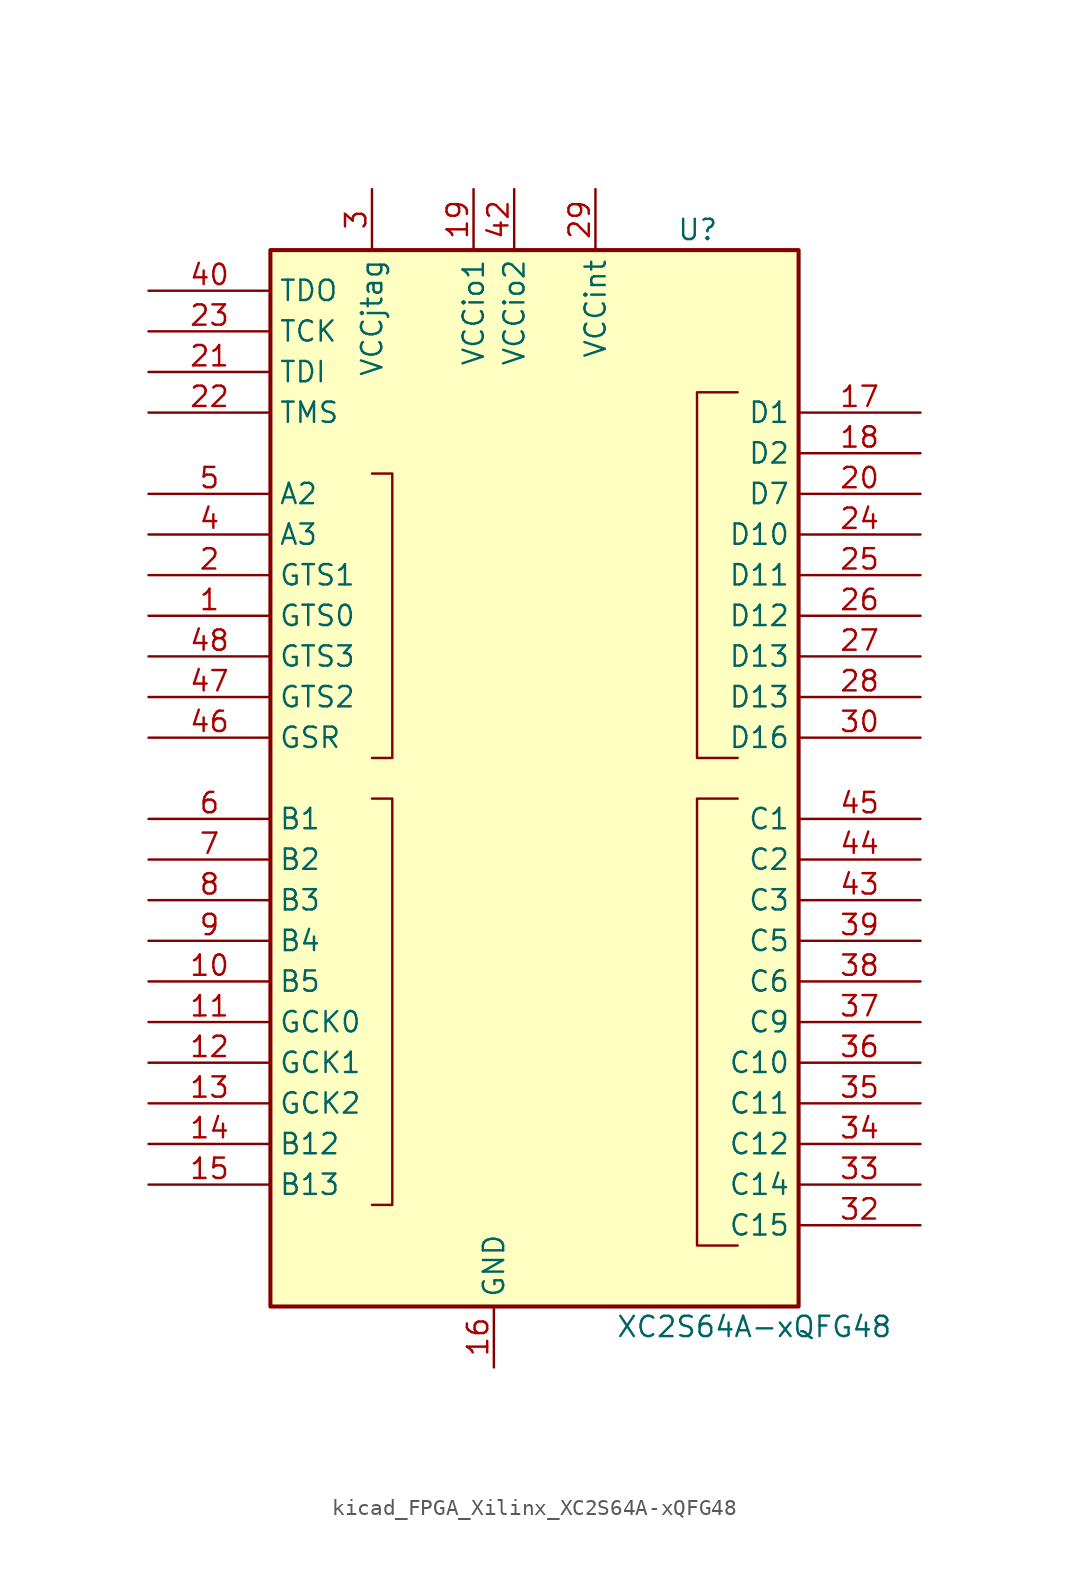
<source format=kicad_sym>
(kicad_symbol_lib
  (version 20220914)
  (generator kicad_symbol_editor)
  (symbol "kicad_FPGA_Xilinx_XC2S64A-xQFG48"
    (property "Reference" "U"
      (at 8.89 34.29 0)
      (effects (font (size 1.27 1.27)) (justify left)))
    (property "Value" "XC2S64A-xQFG48"
      (at 5.08 -34.29 0)
      (effects (font (size 1.27 1.27)) (justify left)))
    (symbol "kicad_FPGA_Xilinx_XC2S64A-xQFG48_0_1"
      (rectangle (start -16.51 33.02) (end 16.51 -33.02) (stroke (width 0.254) (type default)) (fill (type background)))
      (polyline (pts (xy -10.16 -1.27) (xy -8.89 -1.27) (xy -8.89 -26.67) (xy -10.16 -26.67) (xy -10.16 -26.67)) (stroke (width 0) (type default)) (fill (type none)))
      (polyline (pts (xy 12.7 -1.27) (xy 10.16 -1.27) (xy 10.16 -29.21) (xy 12.7 -29.21) (xy 12.7 -29.21)) (stroke (width 0) (type default)) (fill (type none)))
      (polyline (pts (xy 12.7 1.27) (xy 10.16 1.27) (xy 10.16 24.13) (xy 12.7 24.13) (xy 12.7 24.13)) (stroke (width 0) (type default)) (fill (type none)))
      (polyline (pts (xy -10.16 19.05) (xy -8.89 19.05) (xy -8.89 1.27) (xy -10.16 1.27) (xy -10.16 1.27) (xy -10.16 1.27)) (stroke (width 0) (type default)) (fill (type none))))
    (symbol "kicad_FPGA_Xilinx_XC2S64A-xQFG48_1_1"
      (pin bidirectional line (at -24.13 10.16 0) (length 7.62) (name "GTS0" (effects (font (size 1.27 1.27)))) (number "1" (effects (font (size 1.27 1.27)))))
      (pin bidirectional line (at -24.13 -12.7 0) (length 7.62) (name "B5" (effects (font (size 1.27 1.27)))) (number "10" (effects (font (size 1.27 1.27)))))
      (pin passive line (at -24.13 -15.24 0) (length 7.62) (name "GCK0" (effects (font (size 1.27 1.27)))) (number "11" (effects (font (size 1.27 1.27)))))
      (pin bidirectional line (at -24.13 -17.78 0) (length 7.62) (name "GCK1" (effects (font (size 1.27 1.27)))) (number "12" (effects (font (size 1.27 1.27)))))
      (pin bidirectional line (at -24.13 -20.32 0) (length 7.62) (name "GCK2" (effects (font (size 1.27 1.27)))) (number "13" (effects (font (size 1.27 1.27)))))
      (pin bidirectional line (at -24.13 -22.86 0) (length 7.62) (name "B12" (effects (font (size 1.27 1.27)))) (number "14" (effects (font (size 1.27 1.27)))))
      (pin bidirectional line (at -24.13 -25.4 0) (length 7.62) (name "B13" (effects (font (size 1.27 1.27)))) (number "15" (effects (font (size 1.27 1.27)))))
      (pin power_in line (at -2.54 -36.83 90) (length 3.81) (name "GND" (effects (font (size 1.27 1.27)))) (number "16" (effects (font (size 1.27 1.27)))))
      (pin bidirectional line (at 24.13 22.86 180) (length 7.62) (name "D1" (effects (font (size 1.27 1.27)))) (number "17" (effects (font (size 1.27 1.27)))))
      (pin bidirectional line (at 24.13 20.32 180) (length 7.62) (name "D2" (effects (font (size 1.27 1.27)))) (number "18" (effects (font (size 1.27 1.27)))))
      (pin power_in line (at -3.81 36.83 270) (length 3.81) (name "VCCio1" (effects (font (size 1.27 1.27)))) (number "19" (effects (font (size 1.27 1.27)))))
      (pin bidirectional line (at -24.13 12.7 0) (length 7.62) (name "GTS1" (effects (font (size 1.27 1.27)))) (number "2" (effects (font (size 1.27 1.27)))))
      (pin bidirectional line (at 24.13 17.78 180) (length 7.62) (name "D7" (effects (font (size 1.27 1.27)))) (number "20" (effects (font (size 1.27 1.27)))))
      (pin input line (at -24.13 25.4 0) (length 7.62) (name "TDI" (effects (font (size 1.27 1.27)))) (number "21" (effects (font (size 1.27 1.27)))))
      (pin input line (at -24.13 22.86 0) (length 7.62) (name "TMS" (effects (font (size 1.27 1.27)))) (number "22" (effects (font (size 1.27 1.27)))))
      (pin input line (at -24.13 27.94 0) (length 7.62) (name "TCK" (effects (font (size 1.27 1.27)))) (number "23" (effects (font (size 1.27 1.27)))))
      (pin bidirectional line (at 24.13 15.24 180) (length 7.62) (name "D10" (effects (font (size 1.27 1.27)))) (number "24" (effects (font (size 1.27 1.27)))))
      (pin bidirectional line (at 24.13 12.7 180) (length 7.62) (name "D11" (effects (font (size 1.27 1.27)))) (number "25" (effects (font (size 1.27 1.27)))))
      (pin bidirectional line (at 24.13 10.16 180) (length 7.62) (name "D12" (effects (font (size 1.27 1.27)))) (number "26" (effects (font (size 1.27 1.27)))))
      (pin bidirectional line (at 24.13 7.62 180) (length 7.62) (name "D13" (effects (font (size 1.27 1.27)))) (number "27" (effects (font (size 1.27 1.27)))))
      (pin bidirectional line (at 24.13 5.08 180) (length 7.62) (name "D13" (effects (font (size 1.27 1.27)))) (number "28" (effects (font (size 1.27 1.27)))))
      (pin power_in line (at 3.81 36.83 270) (length 3.81) (name "VCCint" (effects (font (size 1.27 1.27)))) (number "29" (effects (font (size 1.27 1.27)))))
      (pin power_in line (at -10.16 36.83 270) (length 3.81) (name "VCCjtag" (effects (font (size 1.27 1.27)))) (number "3" (effects (font (size 1.27 1.27)))))
      (pin bidirectional line (at 24.13 2.54 180) (length 7.62) (name "D16" (effects (font (size 1.27 1.27)))) (number "30" (effects (font (size 1.27 1.27)))))
      (pin passive line (at -2.54 -36.83 90) (length 3.81) hide (name "GND" (effects (font (size 1.27 1.27)))) (number "31" (effects (font (size 1.27 1.27)))))
      (pin bidirectional line (at 24.13 -27.94 180) (length 7.62) (name "C15" (effects (font (size 1.27 1.27)))) (number "32" (effects (font (size 1.27 1.27)))))
      (pin bidirectional line (at 24.13 -25.4 180) (length 7.62) (name "C14" (effects (font (size 1.27 1.27)))) (number "33" (effects (font (size 1.27 1.27)))))
      (pin bidirectional line (at 24.13 -22.86 180) (length 7.62) (name "C12" (effects (font (size 1.27 1.27)))) (number "34" (effects (font (size 1.27 1.27)))))
      (pin bidirectional line (at 24.13 -20.32 180) (length 7.62) (name "C11" (effects (font (size 1.27 1.27)))) (number "35" (effects (font (size 1.27 1.27)))))
      (pin bidirectional line (at 24.13 -17.78 180) (length 7.62) (name "C10" (effects (font (size 1.27 1.27)))) (number "36" (effects (font (size 1.27 1.27)))))
      (pin bidirectional line (at 24.13 -15.24 180) (length 7.62) (name "C9" (effects (font (size 1.27 1.27)))) (number "37" (effects (font (size 1.27 1.27)))))
      (pin bidirectional line (at 24.13 -12.7 180) (length 7.62) (name "C6" (effects (font (size 1.27 1.27)))) (number "38" (effects (font (size 1.27 1.27)))))
      (pin bidirectional line (at 24.13 -10.16 180) (length 7.62) (name "C5" (effects (font (size 1.27 1.27)))) (number "39" (effects (font (size 1.27 1.27)))))
      (pin bidirectional line (at -24.13 15.24 0) (length 7.62) (name "A3" (effects (font (size 1.27 1.27)))) (number "4" (effects (font (size 1.27 1.27)))))
      (pin output line (at -24.13 30.48 0) (length 7.62) (name "TDO" (effects (font (size 1.27 1.27)))) (number "40" (effects (font (size 1.27 1.27)))))
      (pin passive line (at -2.54 -36.83 90) (length 3.81) hide (name "GND" (effects (font (size 1.27 1.27)))) (number "41" (effects (font (size 1.27 1.27)))))
      (pin power_in line (at -1.27 36.83 270) (length 3.81) (name "VCCio2" (effects (font (size 1.27 1.27)))) (number "42" (effects (font (size 1.27 1.27)))))
      (pin bidirectional line (at 24.13 -7.62 180) (length 7.62) (name "C3" (effects (font (size 1.27 1.27)))) (number "43" (effects (font (size 1.27 1.27)))))
      (pin bidirectional line (at 24.13 -5.08 180) (length 7.62) (name "C2" (effects (font (size 1.27 1.27)))) (number "44" (effects (font (size 1.27 1.27)))))
      (pin bidirectional line (at 24.13 -2.54 180) (length 7.62) (name "C1" (effects (font (size 1.27 1.27)))) (number "45" (effects (font (size 1.27 1.27)))))
      (pin bidirectional line (at -24.13 2.54 0) (length 7.62) (name "GSR" (effects (font (size 1.27 1.27)))) (number "46" (effects (font (size 1.27 1.27)))))
      (pin bidirectional line (at -24.13 5.08 0) (length 7.62) (name "GTS2" (effects (font (size 1.27 1.27)))) (number "47" (effects (font (size 1.27 1.27)))))
      (pin bidirectional line (at -24.13 7.62 0) (length 7.62) (name "GTS3" (effects (font (size 1.27 1.27)))) (number "48" (effects (font (size 1.27 1.27)))))
      (pin bidirectional line (at -24.13 17.78 0) (length 7.62) (name "A2" (effects (font (size 1.27 1.27)))) (number "5" (effects (font (size 1.27 1.27)))))
      (pin bidirectional line (at -24.13 -2.54 0) (length 7.62) (name "B1" (effects (font (size 1.27 1.27)))) (number "6" (effects (font (size 1.27 1.27)))))
      (pin bidirectional line (at -24.13 -5.08 0) (length 7.62) (name "B2" (effects (font (size 1.27 1.27)))) (number "7" (effects (font (size 1.27 1.27)))))
      (pin bidirectional line (at -24.13 -7.62 0) (length 7.62) (name "B3" (effects (font (size 1.27 1.27)))) (number "8" (effects (font (size 1.27 1.27)))))
      (pin passive line (at -24.13 -10.16 0) (length 7.62) (name "B4" (effects (font (size 1.27 1.27)))) (number "9" (effects (font (size 1.27 1.27))))))))
</source>
